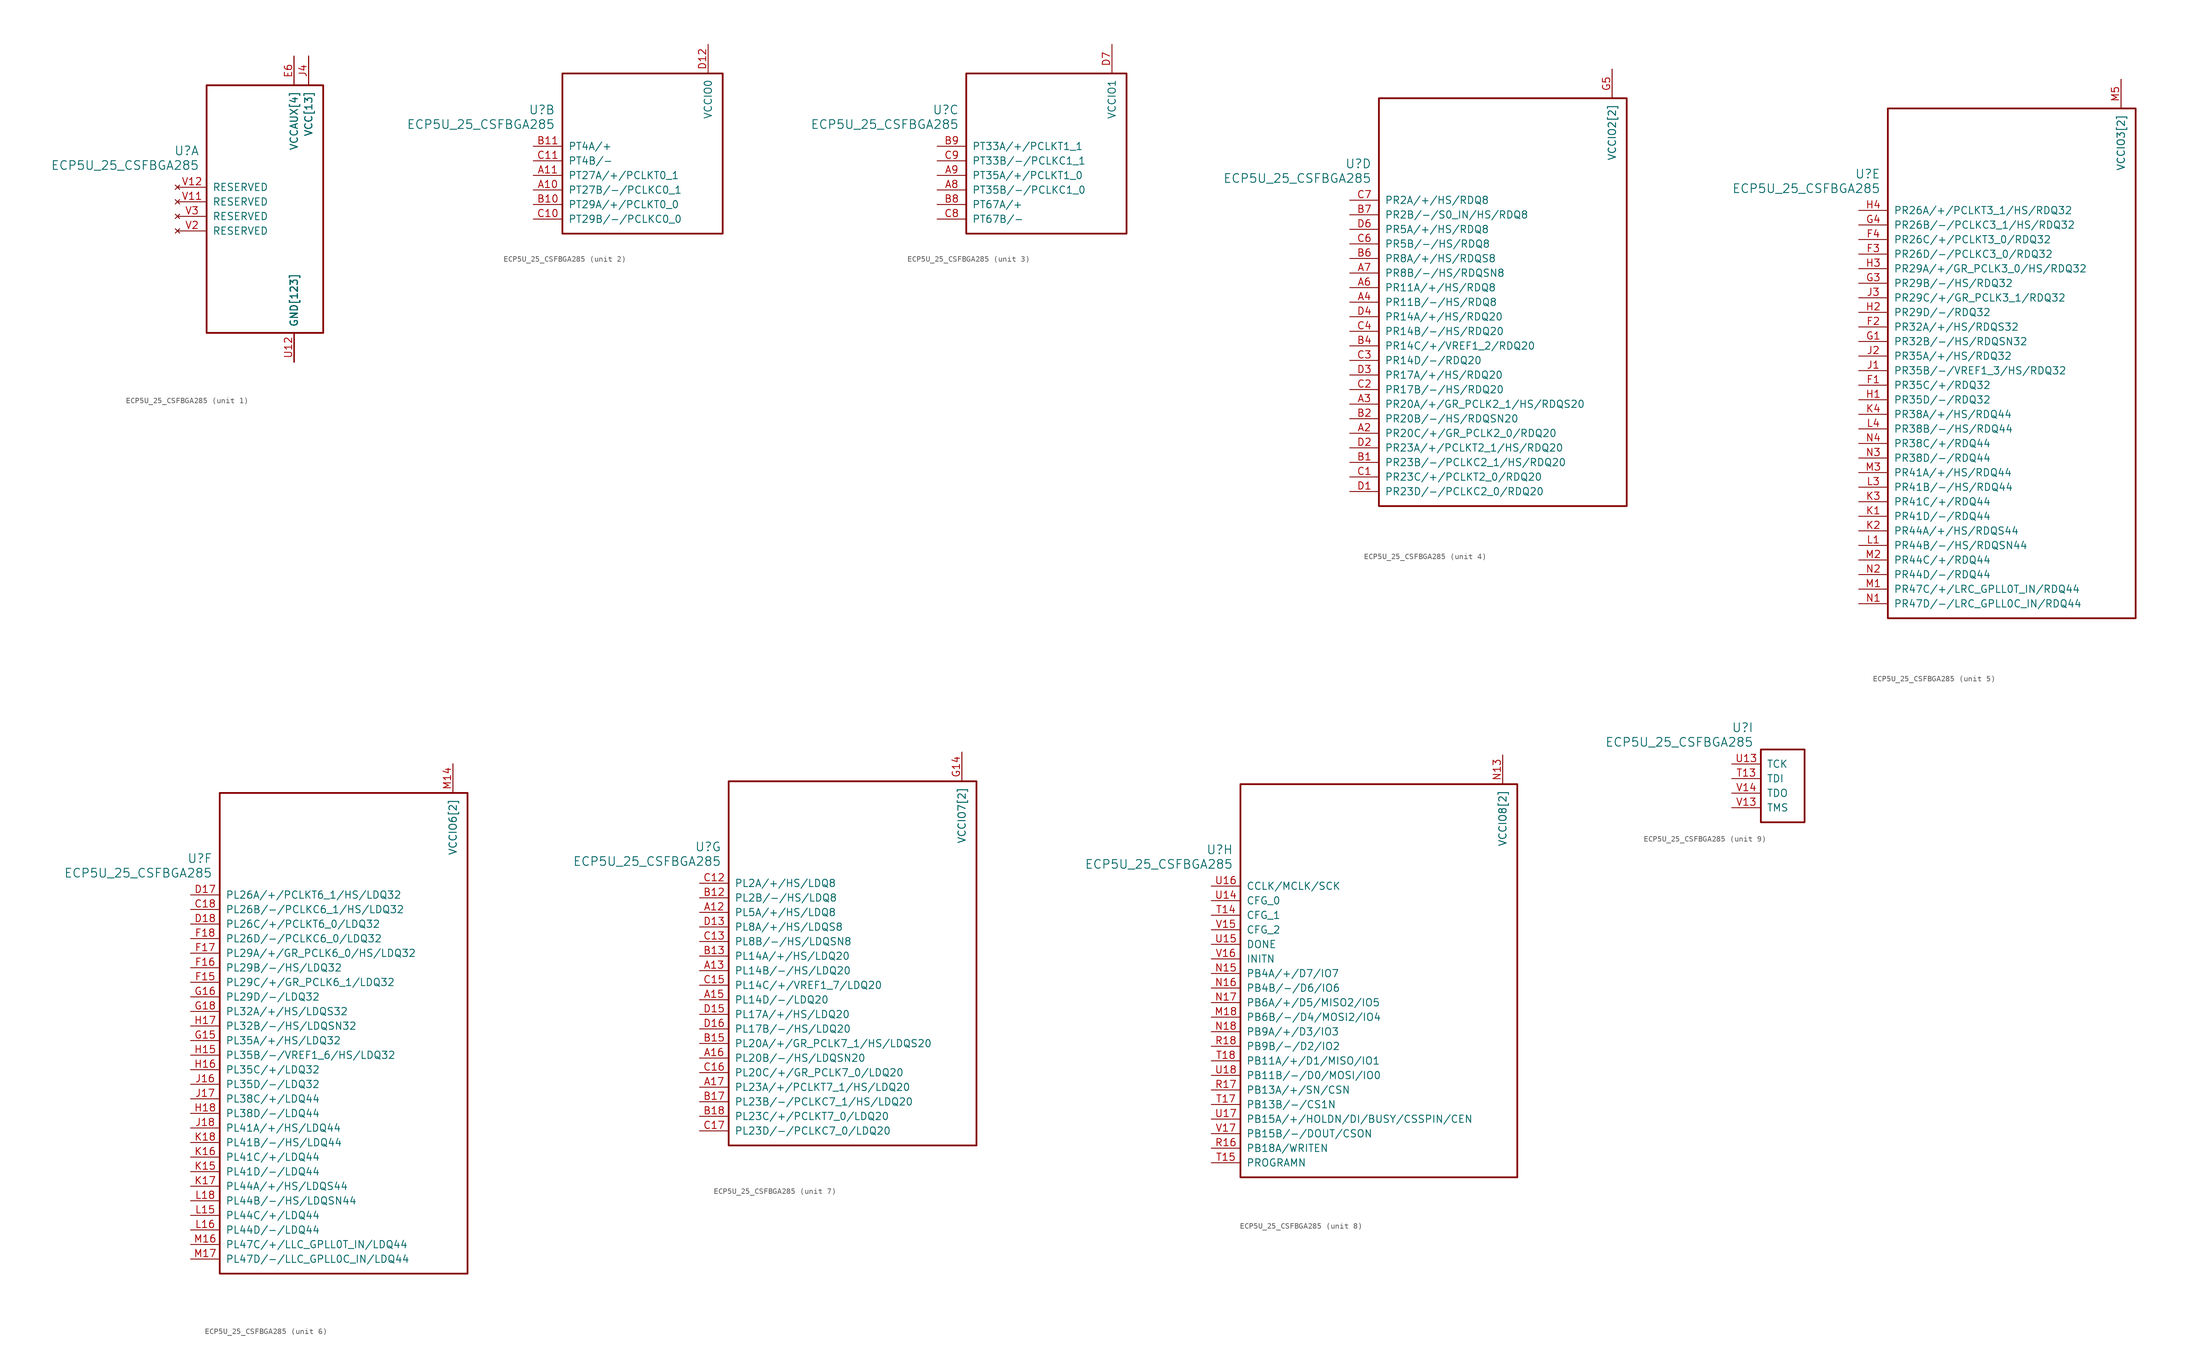
<source format=kicad_sym>
(kicad_symbol_lib
  (version 20211014)
  (generator kicad_symbol_editor)
  (symbol "ECP5U_25_CSFBGA285"
    (pin_names
      (offset 1.016))
    (property "Reference" "U"
      (at 3.81 6.35 0)
      (effects (font (size 1.524 1.524)) (justify right)))
    (property "Value" "ECP5U_25_CSFBGA285"
      (at 3.81 3.81 0)
      (effects (font (size 1.524 1.524)) (justify right)))
    (property "ki_locked" ""
      (at 0 0 0)
      (effects (font (size 1.27 1.27))))
    (symbol "ECP5U_25_CSFBGA285_1_1"
      (rectangle (start 5.08 17.78) (end 25.4 -25.4) (stroke (width 0.305) (type default) (color 0 0 0 0)) (fill (type none)))
      (pin power_in line (at 20.32 -30.48 90) (length 5.08) (name "GND[123]" (effects (font (size 1.27 1.27)))) (number "B16" (effects (font (size 0 0)))))
      (pin power_in line (at 20.32 -30.48 90) (length 5.08) (name "GND[123]" (effects (font (size 1.27 1.27)))) (number "B3" (effects (font (size 0 0)))))
      (pin power_in line (at 22.86 22.86 270) (length 5.08) (name "VCC[13]" (effects (font (size 1.27 1.27)))) (number "D10" (effects (font (size 0 0)))))
      (pin power_in line (at 22.86 22.86 270) (length 5.08) (name "VCC[13]" (effects (font (size 1.27 1.27)))) (number "D11" (effects (font (size 0 0)))))
      (pin power_in line (at 22.86 22.86 270) (length 5.08) (name "VCC[13]" (effects (font (size 1.27 1.27)))) (number "D8" (effects (font (size 0 0)))))
      (pin power_in line (at 22.86 22.86 270) (length 5.08) (name "VCC[13]" (effects (font (size 1.27 1.27)))) (number "D9" (effects (font (size 0 0)))))
      (pin power_in line (at 20.32 -30.48 90) (length 5.08) (name "GND[123]" (effects (font (size 1.27 1.27)))) (number "E10" (effects (font (size 0 0)))))
      (pin power_in line (at 20.32 -30.48 90) (length 5.08) (name "GND[123]" (effects (font (size 1.27 1.27)))) (number "E11" (effects (font (size 0 0)))))
      (pin power_in line (at 20.32 -30.48 90) (length 5.08) (name "GND[123]" (effects (font (size 1.27 1.27)))) (number "E12" (effects (font (size 0 0)))))
      (pin power_in line (at 20.32 22.86 270) (length 5.08) (name "VCCAUX[4]" (effects (font (size 1.27 1.27)))) (number "E13" (effects (font (size 0 0)))))
      (pin power_in line (at 20.32 -30.48 90) (length 5.08) (name "GND[123]" (effects (font (size 1.27 1.27)))) (number "E14" (effects (font (size 0 0)))))
      (pin power_in line (at 20.32 -30.48 90) (length 5.08) (name "GND[123]" (effects (font (size 1.27 1.27)))) (number "E5" (effects (font (size 0 0)))))
      (pin power_in line (at 20.32 22.86 270) (length 5.08) (name "VCCAUX[4]" (effects (font (size 1.27 1.27)))) (number "E6" (effects (font (size 1.27 1.27)))))
      (pin power_in line (at 20.32 -30.48 90) (length 5.08) (name "GND[123]" (effects (font (size 1.27 1.27)))) (number "E7" (effects (font (size 0 0)))))
      (pin power_in line (at 20.32 -30.48 90) (length 5.08) (name "GND[123]" (effects (font (size 1.27 1.27)))) (number "E8" (effects (font (size 0 0)))))
      (pin power_in line (at 20.32 -30.48 90) (length 5.08) (name "GND[123]" (effects (font (size 1.27 1.27)))) (number "E9" (effects (font (size 0 0)))))
      (pin power_in line (at 20.32 -30.48 90) (length 5.08) (name "GND[123]" (effects (font (size 1.27 1.27)))) (number "F10" (effects (font (size 0 0)))))
      (pin power_in line (at 20.32 -30.48 90) (length 5.08) (name "GND[123]" (effects (font (size 1.27 1.27)))) (number "F11" (effects (font (size 0 0)))))
      (pin power_in line (at 20.32 -30.48 90) (length 5.08) (name "GND[123]" (effects (font (size 1.27 1.27)))) (number "F12" (effects (font (size 0 0)))))
      (pin power_in line (at 20.32 -30.48 90) (length 5.08) (name "GND[123]" (effects (font (size 1.27 1.27)))) (number "F13" (effects (font (size 0 0)))))
      (pin power_in line (at 20.32 -30.48 90) (length 5.08) (name "GND[123]" (effects (font (size 1.27 1.27)))) (number "F14" (effects (font (size 0 0)))))
      (pin power_in line (at 20.32 -30.48 90) (length 5.08) (name "GND[123]" (effects (font (size 1.27 1.27)))) (number "F5" (effects (font (size 0 0)))))
      (pin power_in line (at 20.32 -30.48 90) (length 5.08) (name "GND[123]" (effects (font (size 1.27 1.27)))) (number "F6" (effects (font (size 0 0)))))
      (pin power_in line (at 20.32 -30.48 90) (length 5.08) (name "GND[123]" (effects (font (size 1.27 1.27)))) (number "F7" (effects (font (size 0 0)))))
      (pin power_in line (at 20.32 -30.48 90) (length 5.08) (name "GND[123]" (effects (font (size 1.27 1.27)))) (number "F8" (effects (font (size 0 0)))))
      (pin power_in line (at 20.32 -30.48 90) (length 5.08) (name "GND[123]" (effects (font (size 1.27 1.27)))) (number "F9" (effects (font (size 0 0)))))
      (pin power_in line (at 20.32 -30.48 90) (length 5.08) (name "GND[123]" (effects (font (size 1.27 1.27)))) (number "G10" (effects (font (size 0 0)))))
      (pin power_in line (at 20.32 -30.48 90) (length 5.08) (name "GND[123]" (effects (font (size 1.27 1.27)))) (number "G11" (effects (font (size 0 0)))))
      (pin power_in line (at 20.32 -30.48 90) (length 5.08) (name "GND[123]" (effects (font (size 1.27 1.27)))) (number "G12" (effects (font (size 0 0)))))
      (pin power_in line (at 20.32 -30.48 90) (length 5.08) (name "GND[123]" (effects (font (size 1.27 1.27)))) (number "G13" (effects (font (size 0 0)))))
      (pin power_in line (at 20.32 -30.48 90) (length 5.08) (name "GND[123]" (effects (font (size 1.27 1.27)))) (number "G17" (effects (font (size 0 0)))))
      (pin power_in line (at 20.32 -30.48 90) (length 5.08) (name "GND[123]" (effects (font (size 1.27 1.27)))) (number "G2" (effects (font (size 0 0)))))
      (pin power_in line (at 20.32 -30.48 90) (length 5.08) (name "GND[123]" (effects (font (size 1.27 1.27)))) (number "G6" (effects (font (size 0 0)))))
      (pin power_in line (at 20.32 -30.48 90) (length 5.08) (name "GND[123]" (effects (font (size 1.27 1.27)))) (number "G7" (effects (font (size 0 0)))))
      (pin power_in line (at 20.32 -30.48 90) (length 5.08) (name "GND[123]" (effects (font (size 1.27 1.27)))) (number "G8" (effects (font (size 0 0)))))
      (pin power_in line (at 20.32 -30.48 90) (length 5.08) (name "GND[123]" (effects (font (size 1.27 1.27)))) (number "G9" (effects (font (size 0 0)))))
      (pin power_in line (at 20.32 -30.48 90) (length 5.08) (name "GND[123]" (effects (font (size 1.27 1.27)))) (number "H10" (effects (font (size 0 0)))))
      (pin power_in line (at 20.32 -30.48 90) (length 5.08) (name "GND[123]" (effects (font (size 1.27 1.27)))) (number "H11" (effects (font (size 0 0)))))
      (pin power_in line (at 20.32 -30.48 90) (length 5.08) (name "GND[123]" (effects (font (size 1.27 1.27)))) (number "H12" (effects (font (size 0 0)))))
      (pin power_in line (at 20.32 -30.48 90) (length 5.08) (name "GND[123]" (effects (font (size 1.27 1.27)))) (number "H13" (effects (font (size 0 0)))))
      (pin power_in line (at 20.32 -30.48 90) (length 5.08) (name "GND[123]" (effects (font (size 1.27 1.27)))) (number "H6" (effects (font (size 0 0)))))
      (pin power_in line (at 20.32 -30.48 90) (length 5.08) (name "GND[123]" (effects (font (size 1.27 1.27)))) (number "H7" (effects (font (size 0 0)))))
      (pin power_in line (at 20.32 -30.48 90) (length 5.08) (name "GND[123]" (effects (font (size 1.27 1.27)))) (number "H8" (effects (font (size 0 0)))))
      (pin power_in line (at 20.32 -30.48 90) (length 5.08) (name "GND[123]" (effects (font (size 1.27 1.27)))) (number "H9" (effects (font (size 0 0)))))
      (pin power_in line (at 20.32 -30.48 90) (length 5.08) (name "GND[123]" (effects (font (size 1.27 1.27)))) (number "J10" (effects (font (size 0 0)))))
      (pin power_in line (at 20.32 -30.48 90) (length 5.08) (name "GND[123]" (effects (font (size 1.27 1.27)))) (number "J11" (effects (font (size 0 0)))))
      (pin power_in line (at 20.32 -30.48 90) (length 5.08) (name "GND[123]" (effects (font (size 1.27 1.27)))) (number "J12" (effects (font (size 0 0)))))
      (pin power_in line (at 20.32 -30.48 90) (length 5.08) (name "GND[123]" (effects (font (size 1.27 1.27)))) (number "J13" (effects (font (size 0 0)))))
      (pin power_in line (at 22.86 22.86 270) (length 5.08) (name "VCC[13]" (effects (font (size 1.27 1.27)))) (number "J14" (effects (font (size 0 0)))))
      (pin power_in line (at 22.86 22.86 270) (length 5.08) (name "VCC[13]" (effects (font (size 1.27 1.27)))) (number "J15" (effects (font (size 0 0)))))
      (pin power_in line (at 22.86 22.86 270) (length 5.08) (name "VCC[13]" (effects (font (size 1.27 1.27)))) (number "J4" (effects (font (size 1.27 1.27)))))
      (pin power_in line (at 22.86 22.86 270) (length 5.08) (name "VCC[13]" (effects (font (size 1.27 1.27)))) (number "J5" (effects (font (size 0 0)))))
      (pin power_in line (at 20.32 -30.48 90) (length 5.08) (name "GND[123]" (effects (font (size 1.27 1.27)))) (number "J6" (effects (font (size 0 0)))))
      (pin power_in line (at 20.32 -30.48 90) (length 5.08) (name "GND[123]" (effects (font (size 1.27 1.27)))) (number "J7" (effects (font (size 0 0)))))
      (pin power_in line (at 20.32 -30.48 90) (length 5.08) (name "GND[123]" (effects (font (size 1.27 1.27)))) (number "J8" (effects (font (size 0 0)))))
      (pin power_in line (at 20.32 -30.48 90) (length 5.08) (name "GND[123]" (effects (font (size 1.27 1.27)))) (number "J9" (effects (font (size 0 0)))))
      (pin power_in line (at 20.32 -30.48 90) (length 5.08) (name "GND[123]" (effects (font (size 1.27 1.27)))) (number "K10" (effects (font (size 0 0)))))
      (pin power_in line (at 20.32 -30.48 90) (length 5.08) (name "GND[123]" (effects (font (size 1.27 1.27)))) (number "K11" (effects (font (size 0 0)))))
      (pin power_in line (at 20.32 -30.48 90) (length 5.08) (name "GND[123]" (effects (font (size 1.27 1.27)))) (number "K12" (effects (font (size 0 0)))))
      (pin power_in line (at 20.32 -30.48 90) (length 5.08) (name "GND[123]" (effects (font (size 1.27 1.27)))) (number "K13" (effects (font (size 0 0)))))
      (pin power_in line (at 20.32 -30.48 90) (length 5.08) (name "GND[123]" (effects (font (size 1.27 1.27)))) (number "K14" (effects (font (size 0 0)))))
      (pin power_in line (at 20.32 -30.48 90) (length 5.08) (name "GND[123]" (effects (font (size 1.27 1.27)))) (number "K5" (effects (font (size 0 0)))))
      (pin power_in line (at 20.32 -30.48 90) (length 5.08) (name "GND[123]" (effects (font (size 1.27 1.27)))) (number "K6" (effects (font (size 0 0)))))
      (pin power_in line (at 20.32 -30.48 90) (length 5.08) (name "GND[123]" (effects (font (size 1.27 1.27)))) (number "K7" (effects (font (size 0 0)))))
      (pin power_in line (at 20.32 -30.48 90) (length 5.08) (name "GND[123]" (effects (font (size 1.27 1.27)))) (number "K8" (effects (font (size 0 0)))))
      (pin power_in line (at 20.32 -30.48 90) (length 5.08) (name "GND[123]" (effects (font (size 1.27 1.27)))) (number "K9" (effects (font (size 0 0)))))
      (pin power_in line (at 20.32 -30.48 90) (length 5.08) (name "GND[123]" (effects (font (size 1.27 1.27)))) (number "L10" (effects (font (size 0 0)))))
      (pin power_in line (at 20.32 -30.48 90) (length 5.08) (name "GND[123]" (effects (font (size 1.27 1.27)))) (number "L11" (effects (font (size 0 0)))))
      (pin power_in line (at 20.32 -30.48 90) (length 5.08) (name "GND[123]" (effects (font (size 1.27 1.27)))) (number "L12" (effects (font (size 0 0)))))
      (pin power_in line (at 20.32 -30.48 90) (length 5.08) (name "GND[123]" (effects (font (size 1.27 1.27)))) (number "L13" (effects (font (size 0 0)))))
      (pin power_in line (at 20.32 -30.48 90) (length 5.08) (name "GND[123]" (effects (font (size 1.27 1.27)))) (number "L14" (effects (font (size 0 0)))))
      (pin power_in line (at 20.32 -30.48 90) (length 5.08) (name "GND[123]" (effects (font (size 1.27 1.27)))) (number "L17" (effects (font (size 0 0)))))
      (pin power_in line (at 20.32 -30.48 90) (length 5.08) (name "GND[123]" (effects (font (size 1.27 1.27)))) (number "L2" (effects (font (size 0 0)))))
      (pin power_in line (at 20.32 -30.48 90) (length 5.08) (name "GND[123]" (effects (font (size 1.27 1.27)))) (number "L5" (effects (font (size 0 0)))))
      (pin power_in line (at 20.32 -30.48 90) (length 5.08) (name "GND[123]" (effects (font (size 1.27 1.27)))) (number "L6" (effects (font (size 0 0)))))
      (pin power_in line (at 20.32 -30.48 90) (length 5.08) (name "GND[123]" (effects (font (size 1.27 1.27)))) (number "L7" (effects (font (size 0 0)))))
      (pin power_in line (at 20.32 -30.48 90) (length 5.08) (name "GND[123]" (effects (font (size 1.27 1.27)))) (number "L8" (effects (font (size 0 0)))))
      (pin power_in line (at 20.32 -30.48 90) (length 5.08) (name "GND[123]" (effects (font (size 1.27 1.27)))) (number "L9" (effects (font (size 0 0)))))
      (pin power_in line (at 20.32 -30.48 90) (length 5.08) (name "GND[123]" (effects (font (size 1.27 1.27)))) (number "M10" (effects (font (size 0 0)))))
      (pin power_in line (at 20.32 -30.48 90) (length 5.08) (name "GND[123]" (effects (font (size 1.27 1.27)))) (number "M11" (effects (font (size 0 0)))))
      (pin power_in line (at 20.32 -30.48 90) (length 5.08) (name "GND[123]" (effects (font (size 1.27 1.27)))) (number "M12" (effects (font (size 0 0)))))
      (pin power_in line (at 20.32 -30.48 90) (length 5.08) (name "GND[123]" (effects (font (size 1.27 1.27)))) (number "M13" (effects (font (size 0 0)))))
      (pin power_in line (at 22.86 22.86 270) (length 5.08) (name "VCC[13]" (effects (font (size 1.27 1.27)))) (number "M15" (effects (font (size 0 0)))))
      (pin power_in line (at 22.86 22.86 270) (length 5.08) (name "VCC[13]" (effects (font (size 1.27 1.27)))) (number "M4" (effects (font (size 0 0)))))
      (pin power_in line (at 20.32 -30.48 90) (length 5.08) (name "GND[123]" (effects (font (size 1.27 1.27)))) (number "M6" (effects (font (size 0 0)))))
      (pin power_in line (at 20.32 -30.48 90) (length 5.08) (name "GND[123]" (effects (font (size 1.27 1.27)))) (number "M7" (effects (font (size 0 0)))))
      (pin power_in line (at 20.32 -30.48 90) (length 5.08) (name "GND[123]" (effects (font (size 1.27 1.27)))) (number "M8" (effects (font (size 0 0)))))
      (pin power_in line (at 20.32 -30.48 90) (length 5.08) (name "GND[123]" (effects (font (size 1.27 1.27)))) (number "M9" (effects (font (size 0 0)))))
      (pin power_in line (at 20.32 -30.48 90) (length 5.08) (name "GND[123]" (effects (font (size 1.27 1.27)))) (number "N10" (effects (font (size 0 0)))))
      (pin power_in line (at 20.32 -30.48 90) (length 5.08) (name "GND[123]" (effects (font (size 1.27 1.27)))) (number "N11" (effects (font (size 0 0)))))
      (pin power_in line (at 20.32 -30.48 90) (length 5.08) (name "GND[123]" (effects (font (size 1.27 1.27)))) (number "N12" (effects (font (size 0 0)))))
      (pin power_in line (at 20.32 22.86 270) (length 5.08) (name "VCCAUX[4]" (effects (font (size 1.27 1.27)))) (number "N6" (effects (font (size 0 0)))))
      (pin power_in line (at 20.32 -30.48 90) (length 5.08) (name "GND[123]" (effects (font (size 1.27 1.27)))) (number "N7" (effects (font (size 0 0)))))
      (pin power_in line (at 20.32 -30.48 90) (length 5.08) (name "GND[123]" (effects (font (size 1.27 1.27)))) (number "N8" (effects (font (size 0 0)))))
      (pin power_in line (at 20.32 -30.48 90) (length 5.08) (name "GND[123]" (effects (font (size 1.27 1.27)))) (number "N9" (effects (font (size 0 0)))))
      (pin power_in line (at 20.32 -30.48 90) (length 5.08) (name "GND[123]" (effects (font (size 1.27 1.27)))) (number "P10" (effects (font (size 0 0)))))
      (pin power_in line (at 22.86 22.86 270) (length 5.08) (name "VCC[13]" (effects (font (size 1.27 1.27)))) (number "P11" (effects (font (size 0 0)))))
      (pin power_in line (at 20.32 -30.48 90) (length 5.08) (name "GND[123]" (effects (font (size 1.27 1.27)))) (number "P12" (effects (font (size 0 0)))))
      (pin power_in line (at 20.32 22.86 270) (length 5.08) (name "VCCAUX[4]" (effects (font (size 1.27 1.27)))) (number "P13" (effects (font (size 0 0)))))
      (pin power_in line (at 20.32 -30.48 90) (length 5.08) (name "GND[123]" (effects (font (size 1.27 1.27)))) (number "P5" (effects (font (size 0 0)))))
      (pin power_in line (at 20.32 -30.48 90) (length 5.08) (name "GND[123]" (effects (font (size 1.27 1.27)))) (number "P6" (effects (font (size 0 0)))))
      (pin power_in line (at 22.86 22.86 270) (length 5.08) (name "VCC[13]" (effects (font (size 1.27 1.27)))) (number "P7" (effects (font (size 0 0)))))
      (pin power_in line (at 20.32 -30.48 90) (length 5.08) (name "GND[123]" (effects (font (size 1.27 1.27)))) (number "P8" (effects (font (size 0 0)))))
      (pin power_in line (at 22.86 22.86 270) (length 5.08) (name "VCC[13]" (effects (font (size 1.27 1.27)))) (number "P9" (effects (font (size 0 0)))))
      (pin power_in line (at 20.32 -30.48 90) (length 5.08) (name "GND[123]" (effects (font (size 1.27 1.27)))) (number "R1" (effects (font (size 0 0)))))
      (pin power_in line (at 20.32 -30.48 90) (length 5.08) (name "GND[123]" (effects (font (size 1.27 1.27)))) (number "R10" (effects (font (size 0 0)))))
      (pin power_in line (at 20.32 -30.48 90) (length 5.08) (name "GND[123]" (effects (font (size 1.27 1.27)))) (number "R2" (effects (font (size 0 0)))))
      (pin power_in line (at 20.32 -30.48 90) (length 5.08) (name "GND[123]" (effects (font (size 1.27 1.27)))) (number "R3" (effects (font (size 0 0)))))
      (pin power_in line (at 20.32 -30.48 90) (length 5.08) (name "GND[123]" (effects (font (size 1.27 1.27)))) (number "T1" (effects (font (size 0 0)))))
      (pin power_in line (at 20.32 -30.48 90) (length 5.08) (name "GND[123]" (effects (font (size 1.27 1.27)))) (number "T10" (effects (font (size 0 0)))))
      (pin power_in line (at 20.32 -30.48 90) (length 5.08) (name "GND[123]" (effects (font (size 1.27 1.27)))) (number "T11" (effects (font (size 0 0)))))
      (pin power_in line (at 20.32 -30.48 90) (length 5.08) (name "GND[123]" (effects (font (size 1.27 1.27)))) (number "T12" (effects (font (size 0 0)))))
      (pin power_in line (at 20.32 -30.48 90) (length 5.08) (name "GND[123]" (effects (font (size 1.27 1.27)))) (number "T16" (effects (font (size 0 0)))))
      (pin power_in line (at 20.32 -30.48 90) (length 5.08) (name "GND[123]" (effects (font (size 1.27 1.27)))) (number "T2" (effects (font (size 0 0)))))
      (pin power_in line (at 20.32 -30.48 90) (length 5.08) (name "GND[123]" (effects (font (size 1.27 1.27)))) (number "T3" (effects (font (size 0 0)))))
      (pin power_in line (at 20.32 -30.48 90) (length 5.08) (name "GND[123]" (effects (font (size 1.27 1.27)))) (number "T4" (effects (font (size 0 0)))))
      (pin power_in line (at 20.32 -30.48 90) (length 5.08) (name "GND[123]" (effects (font (size 1.27 1.27)))) (number "T5" (effects (font (size 0 0)))))
      (pin power_in line (at 20.32 -30.48 90) (length 5.08) (name "GND[123]" (effects (font (size 1.27 1.27)))) (number "T6" (effects (font (size 0 0)))))
      (pin power_in line (at 20.32 -30.48 90) (length 5.08) (name "GND[123]" (effects (font (size 1.27 1.27)))) (number "T7" (effects (font (size 0 0)))))
      (pin power_in line (at 20.32 -30.48 90) (length 5.08) (name "GND[123]" (effects (font (size 1.27 1.27)))) (number "T8" (effects (font (size 0 0)))))
      (pin power_in line (at 20.32 -30.48 90) (length 5.08) (name "GND[123]" (effects (font (size 1.27 1.27)))) (number "T9" (effects (font (size 0 0)))))
      (pin power_in line (at 20.32 -30.48 90) (length 5.08) (name "GND[123]" (effects (font (size 1.27 1.27)))) (number "U1" (effects (font (size 0 0)))))
      (pin power_in line (at 20.32 -30.48 90) (length 5.08) (name "GND[123]" (effects (font (size 1.27 1.27)))) (number "U10" (effects (font (size 0 0)))))
      (pin power_in line (at 20.32 -30.48 90) (length 5.08) (name "GND[123]" (effects (font (size 1.27 1.27)))) (number "U11" (effects (font (size 0 0)))))
      (pin power_in line (at 20.32 -30.48 90) (length 5.08) (name "GND[123]" (effects (font (size 1.27 1.27)))) (number "U12" (effects (font (size 1.27 1.27)))))
      (pin power_in line (at 20.32 -30.48 90) (length 5.08) (name "GND[123]" (effects (font (size 1.27 1.27)))) (number "U2" (effects (font (size 0 0)))))
      (pin power_in line (at 20.32 -30.48 90) (length 5.08) (name "GND[123]" (effects (font (size 1.27 1.27)))) (number "U3" (effects (font (size 0 0)))))
      (pin power_in line (at 20.32 -30.48 90) (length 5.08) (name "GND[123]" (effects (font (size 1.27 1.27)))) (number "U4" (effects (font (size 0 0)))))
      (pin power_in line (at 20.32 -30.48 90) (length 5.08) (name "GND[123]" (effects (font (size 1.27 1.27)))) (number "U5" (effects (font (size 0 0)))))
      (pin power_in line (at 20.32 -30.48 90) (length 5.08) (name "GND[123]" (effects (font (size 1.27 1.27)))) (number "U6" (effects (font (size 0 0)))))
      (pin power_in line (at 20.32 -30.48 90) (length 5.08) (name "GND[123]" (effects (font (size 1.27 1.27)))) (number "U7" (effects (font (size 0 0)))))
      (pin power_in line (at 20.32 -30.48 90) (length 5.08) (name "GND[123]" (effects (font (size 1.27 1.27)))) (number "U8" (effects (font (size 0 0)))))
      (pin power_in line (at 20.32 -30.48 90) (length 5.08) (name "GND[123]" (effects (font (size 1.27 1.27)))) (number "U9" (effects (font (size 0 0)))))
      (pin power_in line (at 20.32 -30.48 90) (length 5.08) (name "GND[123]" (effects (font (size 1.27 1.27)))) (number "V10" (effects (font (size 0 0)))))
      (pin no_connect line (at 0 -2.54 0) (length 5.08) (name "RESERVED" (effects (font (size 1.27 1.27)))) (number "V11" (effects (font (size 1.27 1.27)))))
      (pin no_connect line (at 0 0 0) (length 5.08) (name "RESERVED" (effects (font (size 1.27 1.27)))) (number "V12" (effects (font (size 1.27 1.27)))))
      (pin no_connect line (at 0 -7.62 0) (length 5.08) (name "RESERVED" (effects (font (size 1.27 1.27)))) (number "V2" (effects (font (size 1.27 1.27)))))
      (pin no_connect line (at 0 -5.08 0) (length 5.08) (name "RESERVED" (effects (font (size 1.27 1.27)))) (number "V3" (effects (font (size 1.27 1.27)))))
      (pin power_in line (at 20.32 -30.48 90) (length 5.08) (name "GND[123]" (effects (font (size 1.27 1.27)))) (number "V4" (effects (font (size 0 0)))))
      (pin power_in line (at 20.32 -30.48 90) (length 5.08) (name "GND[123]" (effects (font (size 1.27 1.27)))) (number "V5" (effects (font (size 0 0)))))
      (pin power_in line (at 20.32 -30.48 90) (length 5.08) (name "GND[123]" (effects (font (size 1.27 1.27)))) (number "V6" (effects (font (size 0 0)))))
      (pin power_in line (at 20.32 -30.48 90) (length 5.08) (name "GND[123]" (effects (font (size 1.27 1.27)))) (number "V7" (effects (font (size 0 0)))))
      (pin power_in line (at 20.32 -30.48 90) (length 5.08) (name "GND[123]" (effects (font (size 1.27 1.27)))) (number "V8" (effects (font (size 0 0)))))
      (pin power_in line (at 20.32 -30.48 90) (length 5.08) (name "GND[123]" (effects (font (size 1.27 1.27)))) (number "V9" (effects (font (size 0 0))))))
    (symbol "ECP5U_25_CSFBGA285_2_1"
      (rectangle (start 5.08 12.7) (end 33.02 -15.24) (stroke (width 0.305) (type default) (color 0 0 0 0)) (fill (type none)))
      (pin bidirectional line (at 0 -7.62 0) (length 5.08) (name "PT27B/-/PCLKC0_1" (effects (font (size 1.27 1.27)))) (number "A10" (effects (font (size 1.27 1.27)))))
      (pin bidirectional line (at 0 -5.08 0) (length 5.08) (name "PT27A/+/PCLKT0_1" (effects (font (size 1.27 1.27)))) (number "A11" (effects (font (size 1.27 1.27)))))
      (pin bidirectional line (at 0 -10.16 0) (length 5.08) (name "PT29A/+/PCLKT0_0" (effects (font (size 1.27 1.27)))) (number "B10" (effects (font (size 1.27 1.27)))))
      (pin bidirectional line (at 0 0 0) (length 5.08) (name "PT4A/+" (effects (font (size 1.27 1.27)))) (number "B11" (effects (font (size 1.27 1.27)))))
      (pin bidirectional line (at 0 -12.7 0) (length 5.08) (name "PT29B/-/PCLKC0_0" (effects (font (size 1.27 1.27)))) (number "C10" (effects (font (size 1.27 1.27)))))
      (pin bidirectional line (at 0 -2.54 0) (length 5.08) (name "PT4B/-" (effects (font (size 1.27 1.27)))) (number "C11" (effects (font (size 1.27 1.27)))))
      (pin power_in line (at 30.48 17.78 270) (length 5.08) (name "VCCIO0" (effects (font (size 1.27 1.27)))) (number "D12" (effects (font (size 1.27 1.27))))))
    (symbol "ECP5U_25_CSFBGA285_3_1"
      (rectangle (start 5.08 12.7) (end 33.02 -15.24) (stroke (width 0.305) (type default) (color 0 0 0 0)) (fill (type none)))
      (pin bidirectional line (at 0 -7.62 0) (length 5.08) (name "PT35B/-/PCLKC1_0" (effects (font (size 1.27 1.27)))) (number "A8" (effects (font (size 1.27 1.27)))))
      (pin bidirectional line (at 0 -5.08 0) (length 5.08) (name "PT35A/+/PCLKT1_0" (effects (font (size 1.27 1.27)))) (number "A9" (effects (font (size 1.27 1.27)))))
      (pin bidirectional line (at 0 -10.16 0) (length 5.08) (name "PT67A/+" (effects (font (size 1.27 1.27)))) (number "B8" (effects (font (size 1.27 1.27)))))
      (pin bidirectional line (at 0 0 0) (length 5.08) (name "PT33A/+/PCLKT1_1" (effects (font (size 1.27 1.27)))) (number "B9" (effects (font (size 1.27 1.27)))))
      (pin bidirectional line (at 0 -12.7 0) (length 5.08) (name "PT67B/-" (effects (font (size 1.27 1.27)))) (number "C8" (effects (font (size 1.27 1.27)))))
      (pin bidirectional line (at 0 -2.54 0) (length 5.08) (name "PT33B/-/PCLKC1_1" (effects (font (size 1.27 1.27)))) (number "C9" (effects (font (size 1.27 1.27)))))
      (pin power_in line (at 30.48 17.78 270) (length 5.08) (name "VCCIO1" (effects (font (size 1.27 1.27)))) (number "D7" (effects (font (size 1.27 1.27))))))
    (symbol "ECP5U_25_CSFBGA285_4_1"
      (rectangle (start 5.08 17.78) (end 48.26 -53.34) (stroke (width 0.305) (type default) (color 0 0 0 0)) (fill (type none)))
      (pin bidirectional line (at 0 -40.64 0) (length 5.08) (name "PR20C/+/GR_PCLK2_0/RDQ20" (effects (font (size 1.27 1.27)))) (number "A2" (effects (font (size 1.27 1.27)))))
      (pin bidirectional line (at 0 -35.56 0) (length 5.08) (name "PR20A/+/GR_PCLK2_1/HS/RDQS20" (effects (font (size 1.27 1.27)))) (number "A3" (effects (font (size 1.27 1.27)))))
      (pin bidirectional line (at 0 -17.78 0) (length 5.08) (name "PR11B/-/HS/RDQ8" (effects (font (size 1.27 1.27)))) (number "A4" (effects (font (size 1.27 1.27)))))
      (pin bidirectional line (at 0 -15.24 0) (length 5.08) (name "PR11A/+/HS/RDQ8" (effects (font (size 1.27 1.27)))) (number "A6" (effects (font (size 1.27 1.27)))))
      (pin bidirectional line (at 0 -12.7 0) (length 5.08) (name "PR8B/-/HS/RDQSN8" (effects (font (size 1.27 1.27)))) (number "A7" (effects (font (size 1.27 1.27)))))
      (pin bidirectional line (at 0 -45.72 0) (length 5.08) (name "PR23B/-/PCLKC2_1/HS/RDQ20" (effects (font (size 1.27 1.27)))) (number "B1" (effects (font (size 1.27 1.27)))))
      (pin bidirectional line (at 0 -38.1 0) (length 5.08) (name "PR20B/-/HS/RDQSN20" (effects (font (size 1.27 1.27)))) (number "B2" (effects (font (size 1.27 1.27)))))
      (pin bidirectional line (at 0 -25.4 0) (length 5.08) (name "PR14C/+/VREF1_2/RDQ20" (effects (font (size 1.27 1.27)))) (number "B4" (effects (font (size 1.27 1.27)))))
      (pin bidirectional line (at 0 -10.16 0) (length 5.08) (name "PR8A/+/HS/RDQS8" (effects (font (size 1.27 1.27)))) (number "B6" (effects (font (size 1.27 1.27)))))
      (pin bidirectional line (at 0 -2.54 0) (length 5.08) (name "PR2B/-/S0_IN/HS/RDQ8" (effects (font (size 1.27 1.27)))) (number "B7" (effects (font (size 1.27 1.27)))))
      (pin bidirectional line (at 0 -48.26 0) (length 5.08) (name "PR23C/+/PCLKT2_0/RDQ20" (effects (font (size 1.27 1.27)))) (number "C1" (effects (font (size 1.27 1.27)))))
      (pin bidirectional line (at 0 -33.02 0) (length 5.08) (name "PR17B/-/HS/RDQ20" (effects (font (size 1.27 1.27)))) (number "C2" (effects (font (size 1.27 1.27)))))
      (pin bidirectional line (at 0 -27.94 0) (length 5.08) (name "PR14D/-/RDQ20" (effects (font (size 1.27 1.27)))) (number "C3" (effects (font (size 1.27 1.27)))))
      (pin bidirectional line (at 0 -22.86 0) (length 5.08) (name "PR14B/-/HS/RDQ20" (effects (font (size 1.27 1.27)))) (number "C4" (effects (font (size 1.27 1.27)))))
      (pin bidirectional line (at 0 -7.62 0) (length 5.08) (name "PR5B/-/HS/RDQ8" (effects (font (size 1.27 1.27)))) (number "C6" (effects (font (size 1.27 1.27)))))
      (pin bidirectional line (at 0 0 0) (length 5.08) (name "PR2A/+/HS/RDQ8" (effects (font (size 1.27 1.27)))) (number "C7" (effects (font (size 1.27 1.27)))))
      (pin bidirectional line (at 0 -50.8 0) (length 5.08) (name "PR23D/-/PCLKC2_0/RDQ20" (effects (font (size 1.27 1.27)))) (number "D1" (effects (font (size 1.27 1.27)))))
      (pin bidirectional line (at 0 -43.18 0) (length 5.08) (name "PR23A/+/PCLKT2_1/HS/RDQ20" (effects (font (size 1.27 1.27)))) (number "D2" (effects (font (size 1.27 1.27)))))
      (pin bidirectional line (at 0 -30.48 0) (length 5.08) (name "PR17A/+/HS/RDQ20" (effects (font (size 1.27 1.27)))) (number "D3" (effects (font (size 1.27 1.27)))))
      (pin bidirectional line (at 0 -20.32 0) (length 5.08) (name "PR14A/+/HS/RDQ20" (effects (font (size 1.27 1.27)))) (number "D4" (effects (font (size 1.27 1.27)))))
      (pin bidirectional line (at 0 -5.08 0) (length 5.08) (name "PR5A/+/HS/RDQ8" (effects (font (size 1.27 1.27)))) (number "D6" (effects (font (size 1.27 1.27)))))
      (pin power_in line (at 45.72 22.86 270) (length 5.08) (name "VCCIO2[2]" (effects (font (size 1.27 1.27)))) (number "G5" (effects (font (size 1.27 1.27)))))
      (pin power_in line (at 45.72 22.86 270) (length 5.08) (name "VCCIO2[2]" (effects (font (size 1.27 1.27)))) (number "H5" (effects (font (size 0 0))))))
    (symbol "ECP5U_25_CSFBGA285_5_1"
      (rectangle (start 5.08 17.78) (end 48.26 -71.12) (stroke (width 0.305) (type default) (color 0 0 0 0)) (fill (type none)))
      (pin bidirectional line (at 0 -30.48 0) (length 5.08) (name "PR35C/+/RDQ32" (effects (font (size 1.27 1.27)))) (number "F1" (effects (font (size 1.27 1.27)))))
      (pin bidirectional line (at 0 -20.32 0) (length 5.08) (name "PR32A/+/HS/RDQS32" (effects (font (size 1.27 1.27)))) (number "F2" (effects (font (size 1.27 1.27)))))
      (pin bidirectional line (at 0 -7.62 0) (length 5.08) (name "PR26D/-/PCLKC3_0/RDQ32" (effects (font (size 1.27 1.27)))) (number "F3" (effects (font (size 1.27 1.27)))))
      (pin bidirectional line (at 0 -5.08 0) (length 5.08) (name "PR26C/+/PCLKT3_0/RDQ32" (effects (font (size 1.27 1.27)))) (number "F4" (effects (font (size 1.27 1.27)))))
      (pin bidirectional line (at 0 -22.86 0) (length 5.08) (name "PR32B/-/HS/RDQSN32" (effects (font (size 1.27 1.27)))) (number "G1" (effects (font (size 1.27 1.27)))))
      (pin bidirectional line (at 0 -12.7 0) (length 5.08) (name "PR29B/-/HS/RDQ32" (effects (font (size 1.27 1.27)))) (number "G3" (effects (font (size 1.27 1.27)))))
      (pin bidirectional line (at 0 -2.54 0) (length 5.08) (name "PR26B/-/PCLKC3_1/HS/RDQ32" (effects (font (size 1.27 1.27)))) (number "G4" (effects (font (size 1.27 1.27)))))
      (pin bidirectional line (at 0 -33.02 0) (length 5.08) (name "PR35D/-/RDQ32" (effects (font (size 1.27 1.27)))) (number "H1" (effects (font (size 1.27 1.27)))))
      (pin bidirectional line (at 0 -17.78 0) (length 5.08) (name "PR29D/-/RDQ32" (effects (font (size 1.27 1.27)))) (number "H2" (effects (font (size 1.27 1.27)))))
      (pin bidirectional line (at 0 -10.16 0) (length 5.08) (name "PR29A/+/GR_PCLK3_0/HS/RDQ32" (effects (font (size 1.27 1.27)))) (number "H3" (effects (font (size 1.27 1.27)))))
      (pin bidirectional line (at 0 0 0) (length 5.08) (name "PR26A/+/PCLKT3_1/HS/RDQ32" (effects (font (size 1.27 1.27)))) (number "H4" (effects (font (size 1.27 1.27)))))
      (pin bidirectional line (at 0 -27.94 0) (length 5.08) (name "PR35B/-/VREF1_3/HS/RDQ32" (effects (font (size 1.27 1.27)))) (number "J1" (effects (font (size 1.27 1.27)))))
      (pin bidirectional line (at 0 -25.4 0) (length 5.08) (name "PR35A/+/HS/RDQ32" (effects (font (size 1.27 1.27)))) (number "J2" (effects (font (size 1.27 1.27)))))
      (pin bidirectional line (at 0 -15.24 0) (length 5.08) (name "PR29C/+/GR_PCLK3_1/RDQ32" (effects (font (size 1.27 1.27)))) (number "J3" (effects (font (size 1.27 1.27)))))
      (pin bidirectional line (at 0 -53.34 0) (length 5.08) (name "PR41D/-/RDQ44" (effects (font (size 1.27 1.27)))) (number "K1" (effects (font (size 1.27 1.27)))))
      (pin bidirectional line (at 0 -55.88 0) (length 5.08) (name "PR44A/+/HS/RDQS44" (effects (font (size 1.27 1.27)))) (number "K2" (effects (font (size 1.27 1.27)))))
      (pin bidirectional line (at 0 -50.8 0) (length 5.08) (name "PR41C/+/RDQ44" (effects (font (size 1.27 1.27)))) (number "K3" (effects (font (size 1.27 1.27)))))
      (pin bidirectional line (at 0 -35.56 0) (length 5.08) (name "PR38A/+/HS/RDQ44" (effects (font (size 1.27 1.27)))) (number "K4" (effects (font (size 1.27 1.27)))))
      (pin bidirectional line (at 0 -58.42 0) (length 5.08) (name "PR44B/-/HS/RDQSN44" (effects (font (size 1.27 1.27)))) (number "L1" (effects (font (size 1.27 1.27)))))
      (pin bidirectional line (at 0 -48.26 0) (length 5.08) (name "PR41B/-/HS/RDQ44" (effects (font (size 1.27 1.27)))) (number "L3" (effects (font (size 1.27 1.27)))))
      (pin bidirectional line (at 0 -38.1 0) (length 5.08) (name "PR38B/-/HS/RDQ44" (effects (font (size 1.27 1.27)))) (number "L4" (effects (font (size 1.27 1.27)))))
      (pin bidirectional line (at 0 -66.04 0) (length 5.08) (name "PR47C/+/LRC_GPLL0T_IN/RDQ44" (effects (font (size 1.27 1.27)))) (number "M1" (effects (font (size 1.27 1.27)))))
      (pin bidirectional line (at 0 -60.96 0) (length 5.08) (name "PR44C/+/RDQ44" (effects (font (size 1.27 1.27)))) (number "M2" (effects (font (size 1.27 1.27)))))
      (pin bidirectional line (at 0 -45.72 0) (length 5.08) (name "PR41A/+/HS/RDQ44" (effects (font (size 1.27 1.27)))) (number "M3" (effects (font (size 1.27 1.27)))))
      (pin power_in line (at 45.72 22.86 270) (length 5.08) (name "VCCIO3[2]" (effects (font (size 1.27 1.27)))) (number "M5" (effects (font (size 1.27 1.27)))))
      (pin bidirectional line (at 0 -68.58 0) (length 5.08) (name "PR47D/-/LRC_GPLL0C_IN/RDQ44" (effects (font (size 1.27 1.27)))) (number "N1" (effects (font (size 1.27 1.27)))))
      (pin bidirectional line (at 0 -63.5 0) (length 5.08) (name "PR44D/-/RDQ44" (effects (font (size 1.27 1.27)))) (number "N2" (effects (font (size 1.27 1.27)))))
      (pin bidirectional line (at 0 -43.18 0) (length 5.08) (name "PR38D/-/RDQ44" (effects (font (size 1.27 1.27)))) (number "N3" (effects (font (size 1.27 1.27)))))
      (pin bidirectional line (at 0 -40.64 0) (length 5.08) (name "PR38C/+/RDQ44" (effects (font (size 1.27 1.27)))) (number "N4" (effects (font (size 1.27 1.27)))))
      (pin power_in line (at 45.72 22.86 270) (length 5.08) (name "VCCIO3[2]" (effects (font (size 1.27 1.27)))) (number "N5" (effects (font (size 0 0))))))
    (symbol "ECP5U_25_CSFBGA285_6_1"
      (rectangle (start 5.08 17.78) (end 48.26 -66.04) (stroke (width 0.305) (type default) (color 0 0 0 0)) (fill (type none)))
      (pin bidirectional line (at 0 -2.54 0) (length 5.08) (name "PL26B/-/PCLKC6_1/HS/LDQ32" (effects (font (size 1.27 1.27)))) (number "C18" (effects (font (size 1.27 1.27)))))
      (pin bidirectional line (at 0 0 0) (length 5.08) (name "PL26A/+/PCLKT6_1/HS/LDQ32" (effects (font (size 1.27 1.27)))) (number "D17" (effects (font (size 1.27 1.27)))))
      (pin bidirectional line (at 0 -5.08 0) (length 5.08) (name "PL26C/+/PCLKT6_0/LDQ32" (effects (font (size 1.27 1.27)))) (number "D18" (effects (font (size 1.27 1.27)))))
      (pin bidirectional line (at 0 -15.24 0) (length 5.08) (name "PL29C/+/GR_PCLK6_1/LDQ32" (effects (font (size 1.27 1.27)))) (number "F15" (effects (font (size 1.27 1.27)))))
      (pin bidirectional line (at 0 -12.7 0) (length 5.08) (name "PL29B/-/HS/LDQ32" (effects (font (size 1.27 1.27)))) (number "F16" (effects (font (size 1.27 1.27)))))
      (pin bidirectional line (at 0 -10.16 0) (length 5.08) (name "PL29A/+/GR_PCLK6_0/HS/LDQ32" (effects (font (size 1.27 1.27)))) (number "F17" (effects (font (size 1.27 1.27)))))
      (pin bidirectional line (at 0 -7.62 0) (length 5.08) (name "PL26D/-/PCLKC6_0/LDQ32" (effects (font (size 1.27 1.27)))) (number "F18" (effects (font (size 1.27 1.27)))))
      (pin bidirectional line (at 0 -25.4 0) (length 5.08) (name "PL35A/+/HS/LDQ32" (effects (font (size 1.27 1.27)))) (number "G15" (effects (font (size 1.27 1.27)))))
      (pin bidirectional line (at 0 -17.78 0) (length 5.08) (name "PL29D/-/LDQ32" (effects (font (size 1.27 1.27)))) (number "G16" (effects (font (size 1.27 1.27)))))
      (pin bidirectional line (at 0 -20.32 0) (length 5.08) (name "PL32A/+/HS/LDQS32" (effects (font (size 1.27 1.27)))) (number "G18" (effects (font (size 1.27 1.27)))))
      (pin bidirectional line (at 0 -27.94 0) (length 5.08) (name "PL35B/-/VREF1_6/HS/LDQ32" (effects (font (size 1.27 1.27)))) (number "H15" (effects (font (size 1.27 1.27)))))
      (pin bidirectional line (at 0 -30.48 0) (length 5.08) (name "PL35C/+/LDQ32" (effects (font (size 1.27 1.27)))) (number "H16" (effects (font (size 1.27 1.27)))))
      (pin bidirectional line (at 0 -22.86 0) (length 5.08) (name "PL32B/-/HS/LDQSN32" (effects (font (size 1.27 1.27)))) (number "H17" (effects (font (size 1.27 1.27)))))
      (pin bidirectional line (at 0 -38.1 0) (length 5.08) (name "PL38D/-/LDQ44" (effects (font (size 1.27 1.27)))) (number "H18" (effects (font (size 1.27 1.27)))))
      (pin bidirectional line (at 0 -33.02 0) (length 5.08) (name "PL35D/-/LDQ32" (effects (font (size 1.27 1.27)))) (number "J16" (effects (font (size 1.27 1.27)))))
      (pin bidirectional line (at 0 -35.56 0) (length 5.08) (name "PL38C/+/LDQ44" (effects (font (size 1.27 1.27)))) (number "J17" (effects (font (size 1.27 1.27)))))
      (pin bidirectional line (at 0 -40.64 0) (length 5.08) (name "PL41A/+/HS/LDQ44" (effects (font (size 1.27 1.27)))) (number "J18" (effects (font (size 1.27 1.27)))))
      (pin bidirectional line (at 0 -48.26 0) (length 5.08) (name "PL41D/-/LDQ44" (effects (font (size 1.27 1.27)))) (number "K15" (effects (font (size 1.27 1.27)))))
      (pin bidirectional line (at 0 -45.72 0) (length 5.08) (name "PL41C/+/LDQ44" (effects (font (size 1.27 1.27)))) (number "K16" (effects (font (size 1.27 1.27)))))
      (pin bidirectional line (at 0 -50.8 0) (length 5.08) (name "PL44A/+/HS/LDQS44" (effects (font (size 1.27 1.27)))) (number "K17" (effects (font (size 1.27 1.27)))))
      (pin bidirectional line (at 0 -43.18 0) (length 5.08) (name "PL41B/-/HS/LDQ44" (effects (font (size 1.27 1.27)))) (number "K18" (effects (font (size 1.27 1.27)))))
      (pin bidirectional line (at 0 -55.88 0) (length 5.08) (name "PL44C/+/LDQ44" (effects (font (size 1.27 1.27)))) (number "L15" (effects (font (size 1.27 1.27)))))
      (pin bidirectional line (at 0 -58.42 0) (length 5.08) (name "PL44D/-/LDQ44" (effects (font (size 1.27 1.27)))) (number "L16" (effects (font (size 1.27 1.27)))))
      (pin bidirectional line (at 0 -53.34 0) (length 5.08) (name "PL44B/-/HS/LDQSN44" (effects (font (size 1.27 1.27)))) (number "L18" (effects (font (size 1.27 1.27)))))
      (pin power_in line (at 45.72 22.86 270) (length 5.08) (name "VCCIO6[2]" (effects (font (size 1.27 1.27)))) (number "M14" (effects (font (size 1.27 1.27)))))
      (pin bidirectional line (at 0 -60.96 0) (length 5.08) (name "PL47C/+/LLC_GPLL0T_IN/LDQ44" (effects (font (size 1.27 1.27)))) (number "M16" (effects (font (size 1.27 1.27)))))
      (pin bidirectional line (at 0 -63.5 0) (length 5.08) (name "PL47D/-/LLC_GPLL0C_IN/LDQ44" (effects (font (size 1.27 1.27)))) (number "M17" (effects (font (size 1.27 1.27)))))
      (pin power_in line (at 45.72 22.86 270) (length 5.08) (name "VCCIO6[2]" (effects (font (size 1.27 1.27)))) (number "N14" (effects (font (size 0 0))))))
    (symbol "ECP5U_25_CSFBGA285_7_1"
      (rectangle (start 5.08 17.78) (end 48.26 -45.72) (stroke (width 0.305) (type default) (color 0 0 0 0)) (fill (type none)))
      (pin bidirectional line (at 0 -5.08 0) (length 5.08) (name "PL5A/+/HS/LDQ8" (effects (font (size 1.27 1.27)))) (number "A12" (effects (font (size 1.27 1.27)))))
      (pin bidirectional line (at 0 -15.24 0) (length 5.08) (name "PL14B/-/HS/LDQ20" (effects (font (size 1.27 1.27)))) (number "A13" (effects (font (size 1.27 1.27)))))
      (pin bidirectional line (at 0 -20.32 0) (length 5.08) (name "PL14D/-/LDQ20" (effects (font (size 1.27 1.27)))) (number "A15" (effects (font (size 1.27 1.27)))))
      (pin bidirectional line (at 0 -30.48 0) (length 5.08) (name "PL20B/-/HS/LDQSN20" (effects (font (size 1.27 1.27)))) (number "A16" (effects (font (size 1.27 1.27)))))
      (pin bidirectional line (at 0 -35.56 0) (length 5.08) (name "PL23A/+/PCLKT7_1/HS/LDQ20" (effects (font (size 1.27 1.27)))) (number "A17" (effects (font (size 1.27 1.27)))))
      (pin bidirectional line (at 0 -2.54 0) (length 5.08) (name "PL2B/-/HS/LDQ8" (effects (font (size 1.27 1.27)))) (number "B12" (effects (font (size 1.27 1.27)))))
      (pin bidirectional line (at 0 -12.7 0) (length 5.08) (name "PL14A/+/HS/LDQ20" (effects (font (size 1.27 1.27)))) (number "B13" (effects (font (size 1.27 1.27)))))
      (pin bidirectional line (at 0 -27.94 0) (length 5.08) (name "PL20A/+/GR_PCLK7_1/HS/LDQS20" (effects (font (size 1.27 1.27)))) (number "B15" (effects (font (size 1.27 1.27)))))
      (pin bidirectional line (at 0 -38.1 0) (length 5.08) (name "PL23B/-/PCLKC7_1/HS/LDQ20" (effects (font (size 1.27 1.27)))) (number "B17" (effects (font (size 1.27 1.27)))))
      (pin bidirectional line (at 0 -40.64 0) (length 5.08) (name "PL23C/+/PCLKT7_0/LDQ20" (effects (font (size 1.27 1.27)))) (number "B18" (effects (font (size 1.27 1.27)))))
      (pin bidirectional line (at 0 0 0) (length 5.08) (name "PL2A/+/HS/LDQ8" (effects (font (size 1.27 1.27)))) (number "C12" (effects (font (size 1.27 1.27)))))
      (pin bidirectional line (at 0 -10.16 0) (length 5.08) (name "PL8B/-/HS/LDQSN8" (effects (font (size 1.27 1.27)))) (number "C13" (effects (font (size 1.27 1.27)))))
      (pin bidirectional line (at 0 -17.78 0) (length 5.08) (name "PL14C/+/VREF1_7/LDQ20" (effects (font (size 1.27 1.27)))) (number "C15" (effects (font (size 1.27 1.27)))))
      (pin bidirectional line (at 0 -33.02 0) (length 5.08) (name "PL20C/+/GR_PCLK7_0/LDQ20" (effects (font (size 1.27 1.27)))) (number "C16" (effects (font (size 1.27 1.27)))))
      (pin bidirectional line (at 0 -43.18 0) (length 5.08) (name "PL23D/-/PCLKC7_0/LDQ20" (effects (font (size 1.27 1.27)))) (number "C17" (effects (font (size 1.27 1.27)))))
      (pin bidirectional line (at 0 -7.62 0) (length 5.08) (name "PL8A/+/HS/LDQS8" (effects (font (size 1.27 1.27)))) (number "D13" (effects (font (size 1.27 1.27)))))
      (pin bidirectional line (at 0 -22.86 0) (length 5.08) (name "PL17A/+/HS/LDQ20" (effects (font (size 1.27 1.27)))) (number "D15" (effects (font (size 1.27 1.27)))))
      (pin bidirectional line (at 0 -25.4 0) (length 5.08) (name "PL17B/-/HS/LDQ20" (effects (font (size 1.27 1.27)))) (number "D16" (effects (font (size 1.27 1.27)))))
      (pin power_in line (at 45.72 22.86 270) (length 5.08) (name "VCCIO7[2]" (effects (font (size 1.27 1.27)))) (number "G14" (effects (font (size 1.27 1.27)))))
      (pin power_in line (at 45.72 22.86 270) (length 5.08) (name "VCCIO7[2]" (effects (font (size 1.27 1.27)))) (number "H14" (effects (font (size 0 0))))))
    (symbol "ECP5U_25_CSFBGA285_8_1"
      (rectangle (start 5.08 17.78) (end 53.34 -50.8) (stroke (width 0.305) (type default) (color 0 0 0 0)) (fill (type none)))
      (pin bidirectional line (at 0 -22.86 0) (length 5.08) (name "PB6B/-/D4/MOSI2/IO4" (effects (font (size 1.27 1.27)))) (number "M18" (effects (font (size 1.27 1.27)))))
      (pin power_in line (at 50.8 22.86 270) (length 5.08) (name "VCCIO8[2]" (effects (font (size 1.27 1.27)))) (number "N13" (effects (font (size 1.27 1.27)))))
      (pin bidirectional line (at 0 -15.24 0) (length 5.08) (name "PB4A/+/D7/IO7" (effects (font (size 1.27 1.27)))) (number "N15" (effects (font (size 1.27 1.27)))))
      (pin bidirectional line (at 0 -17.78 0) (length 5.08) (name "PB4B/-/D6/IO6" (effects (font (size 1.27 1.27)))) (number "N16" (effects (font (size 1.27 1.27)))))
      (pin bidirectional line (at 0 -20.32 0) (length 5.08) (name "PB6A/+/D5/MISO2/IO5" (effects (font (size 1.27 1.27)))) (number "N17" (effects (font (size 1.27 1.27)))))
      (pin bidirectional line (at 0 -25.4 0) (length 5.08) (name "PB9A/+/D3/IO3" (effects (font (size 1.27 1.27)))) (number "N18" (effects (font (size 1.27 1.27)))))
      (pin power_in line (at 50.8 22.86 270) (length 5.08) (name "VCCIO8[2]" (effects (font (size 1.27 1.27)))) (number "P14" (effects (font (size 0 0)))))
      (pin bidirectional line (at 0 -45.72 0) (length 5.08) (name "PB18A/WRITEN" (effects (font (size 1.27 1.27)))) (number "R16" (effects (font (size 1.27 1.27)))))
      (pin bidirectional line (at 0 -35.56 0) (length 5.08) (name "PB13A/+/SN/CSN" (effects (font (size 1.27 1.27)))) (number "R17" (effects (font (size 1.27 1.27)))))
      (pin bidirectional line (at 0 -27.94 0) (length 5.08) (name "PB9B/-/D2/IO2" (effects (font (size 1.27 1.27)))) (number "R18" (effects (font (size 1.27 1.27)))))
      (pin bidirectional line (at 0 -5.08 0) (length 5.08) (name "CFG_1" (effects (font (size 1.27 1.27)))) (number "T14" (effects (font (size 1.27 1.27)))))
      (pin bidirectional line (at 0 -48.26 0) (length 5.08) (name "PROGRAMN" (effects (font (size 1.27 1.27)))) (number "T15" (effects (font (size 1.27 1.27)))))
      (pin bidirectional line (at 0 -38.1 0) (length 5.08) (name "PB13B/-/CS1N" (effects (font (size 1.27 1.27)))) (number "T17" (effects (font (size 1.27 1.27)))))
      (pin bidirectional line (at 0 -30.48 0) (length 5.08) (name "PB11A/+/D1/MISO/IO1" (effects (font (size 1.27 1.27)))) (number "T18" (effects (font (size 1.27 1.27)))))
      (pin bidirectional line (at 0 -2.54 0) (length 5.08) (name "CFG_0" (effects (font (size 1.27 1.27)))) (number "U14" (effects (font (size 1.27 1.27)))))
      (pin bidirectional line (at 0 -10.16 0) (length 5.08) (name "DONE" (effects (font (size 1.27 1.27)))) (number "U15" (effects (font (size 1.27 1.27)))))
      (pin bidirectional line (at 0 0 0) (length 5.08) (name "CCLK/MCLK/SCK" (effects (font (size 1.27 1.27)))) (number "U16" (effects (font (size 1.27 1.27)))))
      (pin bidirectional line (at 0 -40.64 0) (length 5.08) (name "PB15A/+/HOLDN/DI/BUSY/CSSPIN/CEN" (effects (font (size 1.27 1.27)))) (number "U17" (effects (font (size 1.27 1.27)))))
      (pin bidirectional line (at 0 -33.02 0) (length 5.08) (name "PB11B/-/D0/MOSI/IO0" (effects (font (size 1.27 1.27)))) (number "U18" (effects (font (size 1.27 1.27)))))
      (pin bidirectional line (at 0 -7.62 0) (length 5.08) (name "CFG_2" (effects (font (size 1.27 1.27)))) (number "V15" (effects (font (size 1.27 1.27)))))
      (pin bidirectional line (at 0 -12.7 0) (length 5.08) (name "INITN" (effects (font (size 1.27 1.27)))) (number "V16" (effects (font (size 1.27 1.27)))))
      (pin bidirectional line (at 0 -43.18 0) (length 5.08) (name "PB15B/-/DOUT/CSON" (effects (font (size 1.27 1.27)))) (number "V17" (effects (font (size 1.27 1.27))))))
    (symbol "ECP5U_25_CSFBGA285_9_1"
      (rectangle (start 5.08 2.54) (end 12.7 -10.16) (stroke (width 0.305) (type default) (color 0 0 0 0)) (fill (type none)))
      (pin bidirectional line (at 0 -2.54 0) (length 5.08) (name "TDI" (effects (font (size 1.27 1.27)))) (number "T13" (effects (font (size 1.27 1.27)))))
      (pin bidirectional line (at 0 0 0) (length 5.08) (name "TCK" (effects (font (size 1.27 1.27)))) (number "U13" (effects (font (size 1.27 1.27)))))
      (pin bidirectional line (at 0 -7.62 0) (length 5.08) (name "TMS" (effects (font (size 1.27 1.27)))) (number "V13" (effects (font (size 1.27 1.27)))))
      (pin bidirectional line (at 0 -5.08 0) (length 5.08) (name "TDO" (effects (font (size 1.27 1.27)))) (number "V14" (effects (font (size 1.27 1.27))))))))
</source>
